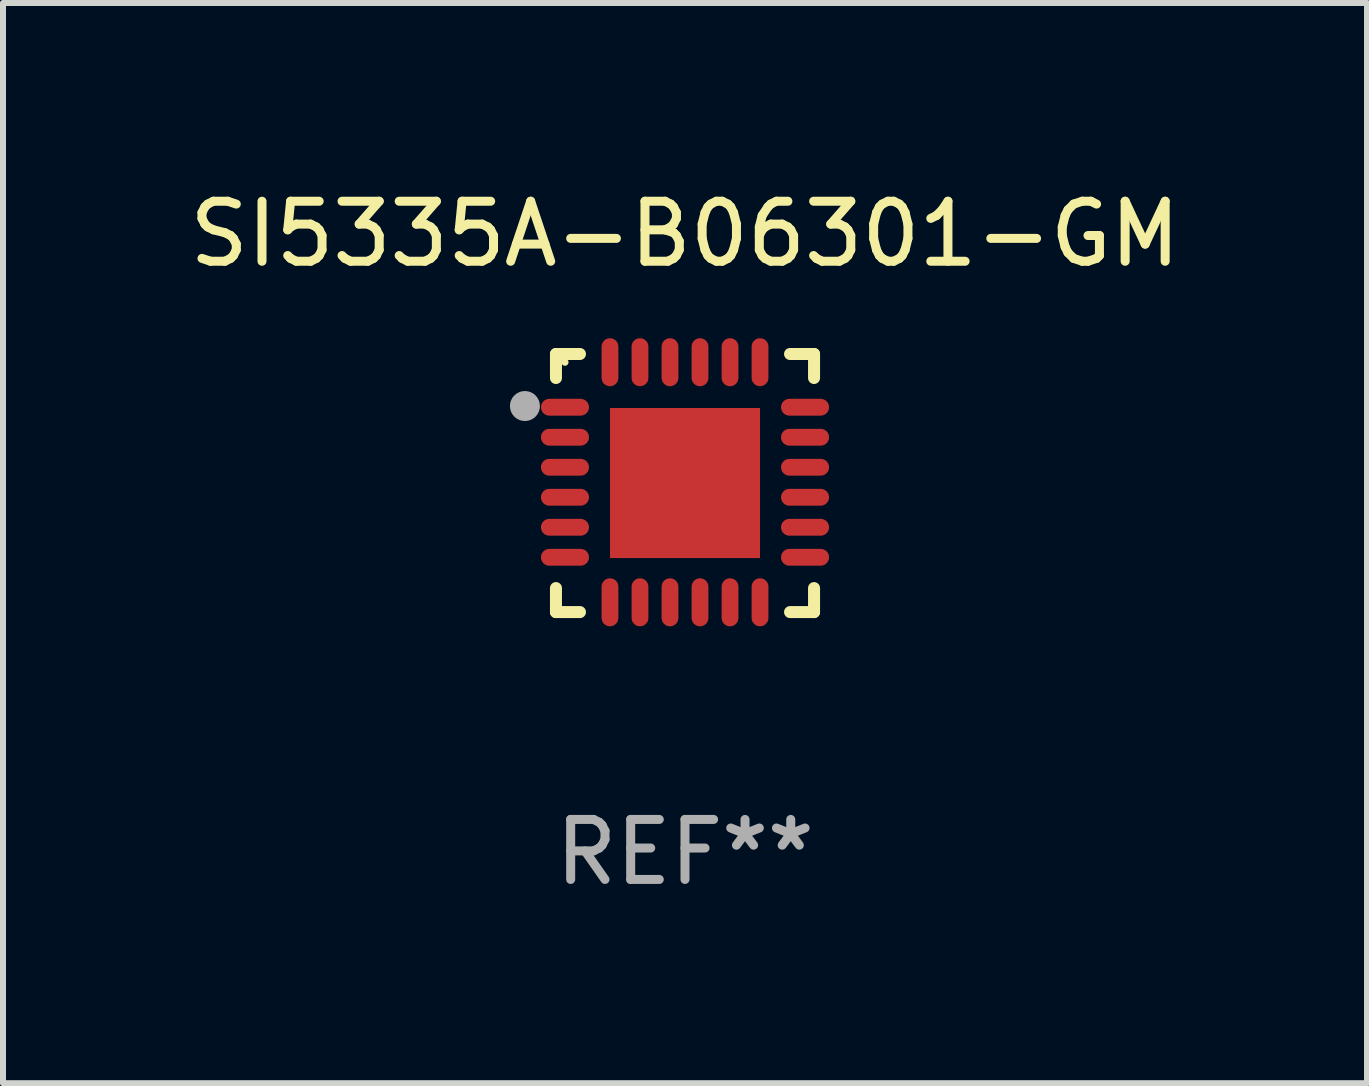
<source format=kicad_pcb>
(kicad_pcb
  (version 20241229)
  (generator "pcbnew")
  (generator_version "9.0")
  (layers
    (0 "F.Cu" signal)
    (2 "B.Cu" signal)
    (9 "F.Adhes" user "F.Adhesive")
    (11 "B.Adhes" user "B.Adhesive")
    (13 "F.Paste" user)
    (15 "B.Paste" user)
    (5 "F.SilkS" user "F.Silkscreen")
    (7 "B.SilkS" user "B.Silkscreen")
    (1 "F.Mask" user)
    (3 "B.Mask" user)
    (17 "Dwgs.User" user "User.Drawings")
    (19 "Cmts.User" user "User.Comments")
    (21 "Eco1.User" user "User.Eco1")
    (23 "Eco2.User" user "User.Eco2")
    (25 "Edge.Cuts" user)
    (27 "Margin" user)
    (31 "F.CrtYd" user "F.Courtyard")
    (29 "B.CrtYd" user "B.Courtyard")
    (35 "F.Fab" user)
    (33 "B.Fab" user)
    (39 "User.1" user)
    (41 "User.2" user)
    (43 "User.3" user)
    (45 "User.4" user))
  (footprint "SI5335A-B06301-GM"
    (layer "F.Cu")
    (at 8.363 4.998)
    (property "Reference" "SI5335A-B06301-GM" (at 0 -4.15 0) (layer "F.SilkS") (effects (font (size 1 1) (thickness 0.15))))
    (attr through_hole)
    (fp_line (start -2.15 -2.15) (end -1.75 -2.15) (stroke (width 0.2) (type solid)) (layer "F.SilkS"))
    (fp_line (start -2.15 -1.75) (end -2.15 -2.15) (stroke (width 0.2) (type solid)) (layer "F.SilkS"))
    (fp_line (start -2.15 2.15) (end -2.15 1.75) (stroke (width 0.2) (type solid)) (layer "F.SilkS"))
    (fp_line (start -1.75 2.15) (end -2.15 2.15) (stroke (width 0.2) (type solid)) (layer "F.SilkS"))
    (fp_line (start 1.75 -2.15) (end 2.15 -2.15) (stroke (width 0.2) (type solid)) (layer "F.SilkS"))
    (fp_line (start 1.75 2.15) (end 2.15 2.15) (stroke (width 0.2) (type solid)) (layer "F.SilkS"))
    (fp_line (start 2.15 -2.15) (end 2.15 -1.75) (stroke (width 0.2) (type solid)) (layer "F.SilkS"))
    (fp_line (start 2.15 2.15) (end 2.15 1.75) (stroke (width 0.2) (type solid)) (layer "F.SilkS"))
    (fp_circle (center -2 -2.013) (end -1.97 -2.013) (stroke (width 0.06) (type solid)) (fill no) (layer "F.SilkS"))
    (fp_circle (center -2.667 -1.283) (end -2.542 -1.283) (stroke (width 0.25) (type solid)) (fill no) (layer "F.Fab"))
    (fp_text user "REF**" (at 0 6.15 0) (layer "F.Fab") (effects (font (size 1 1) (thickness 0.15))))
    (pad "1" smd oval (at -2 -1.263) (size 0.8 0.28) (layers "F.Cu" "F.Mask" "F.Paste"))
    (pad "2" smd oval (at -2 -0.763) (size 0.8 0.28) (layers "F.Cu" "F.Mask" "F.Paste"))
    (pad "3" smd oval (at -2 -0.263) (size 0.8 0.28) (layers "F.Cu" "F.Mask" "F.Paste"))
    (pad "4" smd oval (at -2 0.237) (size 0.8 0.28) (layers "F.Cu" "F.Mask" "F.Paste"))
    (pad "5" smd oval (at -2 0.737) (size 0.8 0.28) (layers "F.Cu" "F.Mask" "F.Paste"))
    (pad "6" smd oval (at -2 1.237) (size 0.8 0.28) (layers "F.Cu" "F.Mask" "F.Paste"))
    (pad "7" smd oval (at -1.25 1.987) (size 0.28 0.8) (layers "F.Cu" "F.Mask" "F.Paste"))
    (pad "8" smd oval (at -0.75 1.987) (size 0.28 0.8) (layers "F.Cu" "F.Mask" "F.Paste"))
    (pad "9" smd oval (at -0.25 1.987) (size 0.28 0.8) (layers "F.Cu" "F.Mask" "F.Paste"))
    (pad "10" smd oval (at 0.25 1.987) (size 0.28 0.8) (layers "F.Cu" "F.Mask" "F.Paste"))
    (pad "11" smd oval (at 0.75 1.987) (size 0.28 0.8) (layers "F.Cu" "F.Mask" "F.Paste"))
    (pad "12" smd oval (at 1.25 1.987) (size 0.28 0.8) (layers "F.Cu" "F.Mask" "F.Paste"))
    (pad "13" smd oval (at 2 1.237) (size 0.8 0.28) (layers "F.Cu" "F.Mask" "F.Paste"))
    (pad "14" smd oval (at 2 0.737) (size 0.8 0.28) (layers "F.Cu" "F.Mask" "F.Paste"))
    (pad "15" smd oval (at 2 0.237) (size 0.8 0.28) (layers "F.Cu" "F.Mask" "F.Paste"))
    (pad "16" smd oval (at 2 -0.263) (size 0.8 0.28) (layers "F.Cu" "F.Mask" "F.Paste"))
    (pad "17" smd oval (at 2 -0.763) (size 0.8 0.28) (layers "F.Cu" "F.Mask" "F.Paste"))
    (pad "18" smd oval (at 2 -1.263) (size 0.8 0.28) (layers "F.Cu" "F.Mask" "F.Paste"))
    (pad "19" smd oval (at 1.25 -2.013) (size 0.28 0.8) (layers "F.Cu" "F.Mask" "F.Paste"))
    (pad "20" smd oval (at 0.75 -2.013) (size 0.28 0.8) (layers "F.Cu" "F.Mask" "F.Paste"))
    (pad "21" smd oval (at 0.25 -2.013) (size 0.28 0.8) (layers "F.Cu" "F.Mask" "F.Paste"))
    (pad "22" smd oval (at -0.25 -2.013) (size 0.28 0.8) (layers "F.Cu" "F.Mask" "F.Paste"))
    (pad "23" smd oval (at -0.75 -2.013) (size 0.28 0.8) (layers "F.Cu" "F.Mask" "F.Paste"))
    (pad "24" smd oval (at -1.25 -2.013) (size 0.28 0.8) (layers "F.Cu" "F.Mask" "F.Paste"))
    (pad "25" smd rect (at -0.000127 -0.00014) (size 2.5 2.5) (layers "F.Cu" "F.Mask" "F.Paste")))
  (gr_rect
    (start -3 -3)
    (end 19.726 14.997)
    (stroke (width 0.1) (type default))
    (fill no)
    (layer "Edge.Cuts")))
</source>
